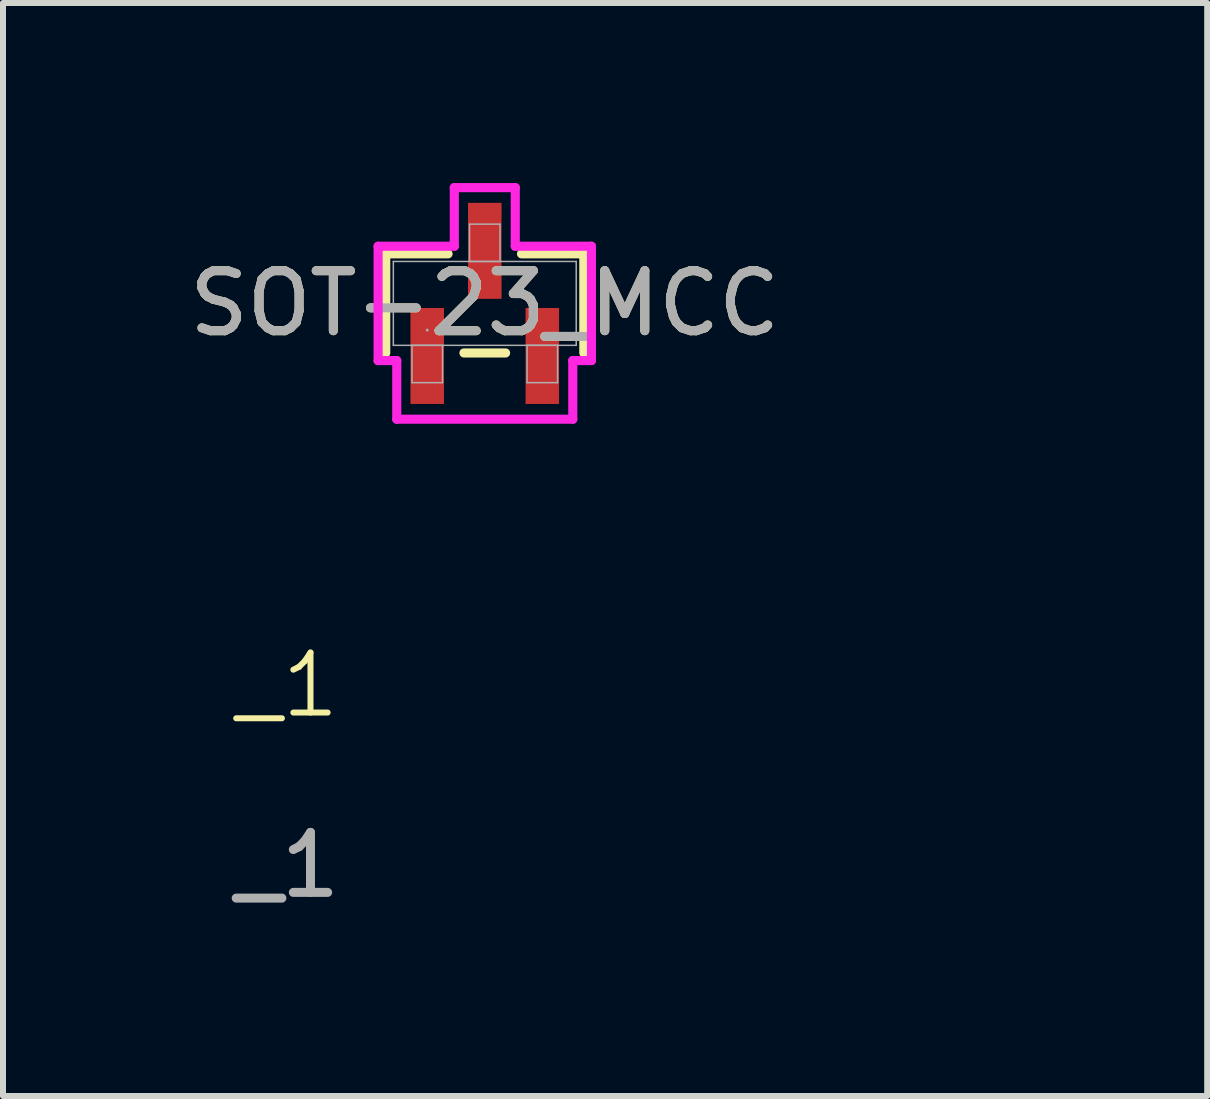
<source format=kicad_pcb>
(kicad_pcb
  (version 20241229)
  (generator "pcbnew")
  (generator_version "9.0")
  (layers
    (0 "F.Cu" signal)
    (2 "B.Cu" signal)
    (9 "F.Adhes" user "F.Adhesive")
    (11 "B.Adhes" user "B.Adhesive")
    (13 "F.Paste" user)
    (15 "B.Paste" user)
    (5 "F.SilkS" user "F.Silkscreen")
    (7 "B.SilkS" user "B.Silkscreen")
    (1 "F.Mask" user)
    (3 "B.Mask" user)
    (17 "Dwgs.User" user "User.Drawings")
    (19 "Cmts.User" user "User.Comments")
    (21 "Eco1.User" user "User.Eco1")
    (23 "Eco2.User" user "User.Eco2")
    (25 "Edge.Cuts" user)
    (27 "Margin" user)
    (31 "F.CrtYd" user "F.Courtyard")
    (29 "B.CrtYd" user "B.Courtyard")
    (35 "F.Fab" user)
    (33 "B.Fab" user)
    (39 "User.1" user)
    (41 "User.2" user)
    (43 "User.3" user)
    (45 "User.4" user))
  (footprint "SOT-23_MCC"
    (layer "F.Cu")
    (at 5.03 2.007)
    (property "Reference" "SOT-23_MCC" (at 0 0 0) (unlocked yes) (layer "F.SilkS") (effects (font (size 1 1) (thickness 0.15))))
    (attr smd)
    (fp_line (start -1.651 -0.826) (end -1.651 0.826) (stroke (width 0.152) (type solid)) (layer "F.SilkS"))
    (fp_line (start -0.612 -0.826) (end -1.651 -0.826) (stroke (width 0.152) (type solid)) (layer "F.SilkS"))
    (fp_line (start -0.347 0.826) (end 0.347 0.826) (stroke (width 0.152) (type solid)) (layer "F.SilkS"))
    (fp_line (start 1.651 -0.826) (end 0.612 -0.826) (stroke (width 0.152) (type solid)) (layer "F.SilkS"))
    (fp_line (start 1.651 0.826) (end 1.651 -0.826) (stroke (width 0.152) (type solid)) (layer "F.SilkS"))
    (fp_line (start -1.778 -0.953) (end -0.508 -0.953) (stroke (width 0.152) (type solid)) (layer "F.CrtYd"))
    (fp_line (start -1.778 0.953) (end -1.778 -0.953) (stroke (width 0.152) (type solid)) (layer "F.CrtYd"))
    (fp_line (start -1.778 0.953) (end -1.467 0.953) (stroke (width 0.152) (type solid)) (layer "F.CrtYd"))
    (fp_line (start -1.467 0.953) (end -1.467 1.93) (stroke (width 0.152) (type solid)) (layer "F.CrtYd"))
    (fp_line (start -1.467 1.93) (end 1.467 1.93) (stroke (width 0.152) (type solid)) (layer "F.CrtYd"))
    (fp_line (start -0.508 -1.93) (end 0.508 -1.93) (stroke (width 0.152) (type solid)) (layer "F.CrtYd"))
    (fp_line (start -0.508 -0.953) (end -0.508 -1.93) (stroke (width 0.152) (type solid)) (layer "F.CrtYd"))
    (fp_line (start 0.508 -0.953) (end 0.508 -1.93) (stroke (width 0.152) (type solid)) (layer "F.CrtYd"))
    (fp_line (start 1.467 0.953) (end 1.467 1.93) (stroke (width 0.152) (type solid)) (layer "F.CrtYd"))
    (fp_line (start 1.778 -0.953) (end 0.508 -0.953) (stroke (width 0.152) (type solid)) (layer "F.CrtYd"))
    (fp_line (start 1.778 -0.953) (end 1.778 0.953) (stroke (width 0.152) (type solid)) (layer "F.CrtYd"))
    (fp_line (start 1.778 0.953) (end 1.467 0.953) (stroke (width 0.152) (type solid)) (layer "F.CrtYd"))
    (fp_line (start -1.524 -0.699) (end -1.524 0.699) (stroke (width 0.025) (type solid)) (layer "F.Fab"))
    (fp_line (start -1.524 0.699) (end 1.524 0.699) (stroke (width 0.025) (type solid)) (layer "F.Fab"))
    (fp_line (start -1.213 0.699) (end -1.213 1.321) (stroke (width 0.025) (type solid)) (layer "F.Fab"))
    (fp_line (start -1.213 1.321) (end -0.705 1.321) (stroke (width 0.025) (type solid)) (layer "F.Fab"))
    (fp_line (start -0.705 0.699) (end -1.213 0.699) (stroke (width 0.025) (type solid)) (layer "F.Fab"))
    (fp_line (start -0.705 1.321) (end -0.705 0.699) (stroke (width 0.025) (type solid)) (layer "F.Fab"))
    (fp_line (start -0.254 -1.321) (end -0.254 -0.699) (stroke (width 0.025) (type solid)) (layer "F.Fab"))
    (fp_line (start -0.254 -0.699) (end 0.254 -0.699) (stroke (width 0.025) (type solid)) (layer "F.Fab"))
    (fp_line (start 0.254 -1.321) (end -0.254 -1.321) (stroke (width 0.025) (type solid)) (layer "F.Fab"))
    (fp_line (start 0.254 -0.699) (end 0.254 -1.321) (stroke (width 0.025) (type solid)) (layer "F.Fab"))
    (fp_line (start 0.705 0.699) (end 0.705 1.321) (stroke (width 0.025) (type solid)) (layer "F.Fab"))
    (fp_line (start 0.705 1.321) (end 1.213 1.321) (stroke (width 0.025) (type solid)) (layer "F.Fab"))
    (fp_line (start 1.213 0.699) (end 0.705 0.699) (stroke (width 0.025) (type solid)) (layer "F.Fab"))
    (fp_line (start 1.213 1.321) (end 1.213 0.699) (stroke (width 0.025) (type solid)) (layer "F.Fab"))
    (fp_line (start 1.524 -0.699) (end -1.524 -0.699) (stroke (width 0.025) (type solid)) (layer "F.Fab"))
    (fp_line (start 1.524 0.699) (end 1.524 -0.699) (stroke (width 0.025) (type solid)) (layer "F.Fab"))
    (fp_circle (center -0.959 0.445) (end -0.959 0.445) (stroke (width 0.025) (type solid)) (fill no) (layer "F.Fab"))
    (fp_text user "${REFERENCE}" (at 0 0 0) (unlocked yes) (layer "F.Fab") (effects (font (size 1 1) (thickness 0.15))))
    (pad "1" smd rect (at -0.959 0.876) (size 0.559 1.6) (layers "F.Cu" "F.Mask" "F.Paste"))
    (pad "2" smd rect (at 0.959 0.876) (size 0.559 1.6) (layers "F.Cu" "F.Mask" "F.Paste"))
    (pad "3" smd rect (at 0 -0.876) (size 0.559 1.6) (layers "F.Cu" "F.Mask" "F.Paste")))
  (footprint "제목 없음_1"
    (layer "F.Cu")
    (at 1.363 8.869)
    (property "Reference" "제목 없음_1" (at 0 -0.5 0) (unlocked yes) (layer "F.SilkS") (effects (font (size 1 1) (thickness 0.1))))
    (attr smd)
    (fp_text user "${REFERENCE}" (at 0 2.5 0) (unlocked yes) (layer "F.Fab") (effects (font (size 1 1) (thickness 0.15)))))
  (footprint "제목 없음"
    (layer "F.Cu")
    (at 13.565 1.26)
    (property "Reference" "제목 없음" (at 0 -0.5 0) (unlocked yes) (layer "F.SilkS") (effects (font (size 1 1) (thickness 0.1))))
    (attr smd)
    (fp_text user "${REFERENCE}" (at 0 2.5 0) (unlocked yes) (layer "F.Fab") (effects (font (size 1 1) (thickness 0.15)))))
  (gr_rect
    (start -3 -3)
    (end 17.071 15.217)
    (stroke (width 0.1) (type default))
    (fill no)
    (layer "Edge.Cuts")))
</source>
